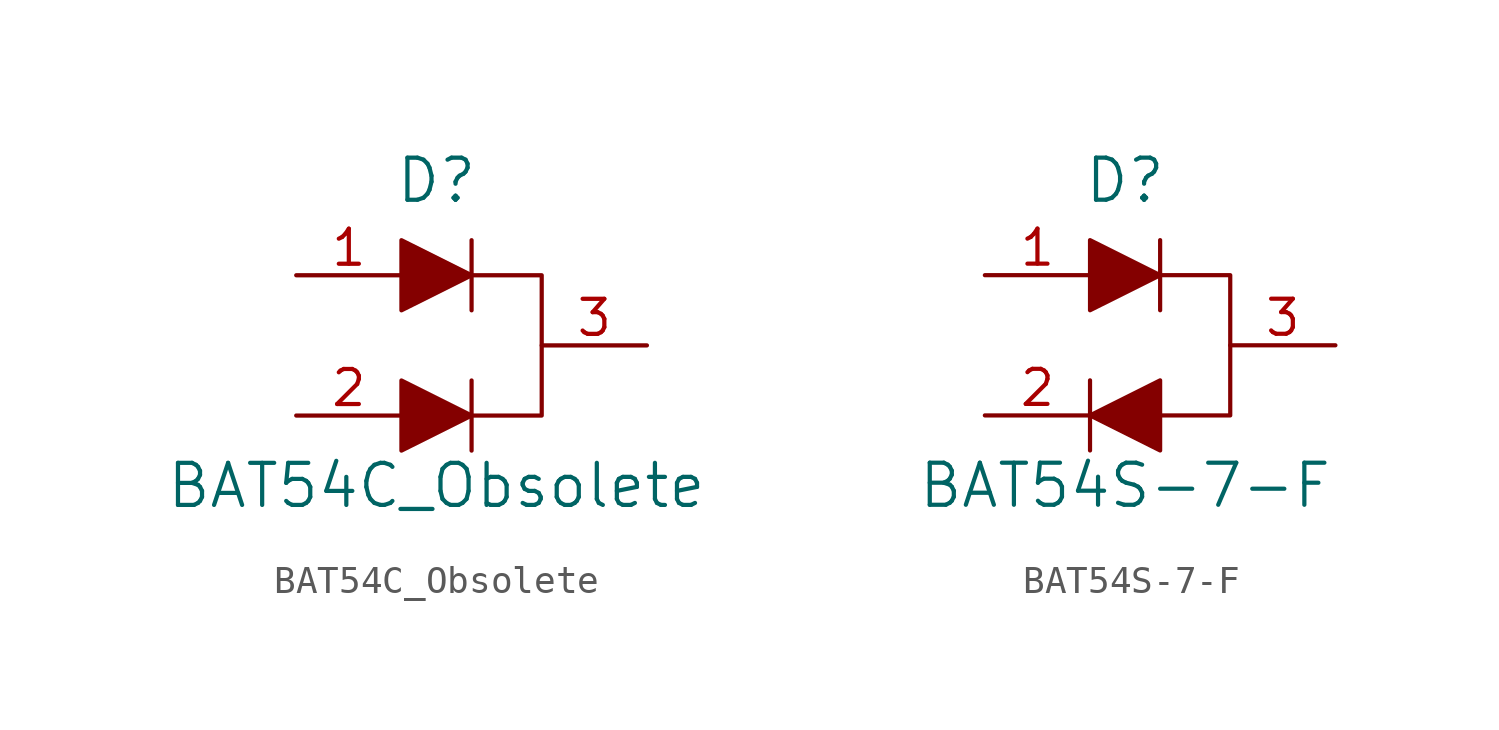
<source format=kicad_sym>
(kicad_symbol_lib
  (version 20231120)
  (generator "kicad_symbol_editor")
  (generator_version "8.0")
  (symbol "BAT54C_Obsolete"
    (pin_names
      (offset 0.025))
    (property "Reference" "D"
      (at 0 5.08 0)
      (effects (font (size 1.524 1.524)) (justify bottom)))
    (property "Value" "BAT54C_Obsolete"
      (at 0 -5.08 0)
      (effects (font (size 1.524 1.524))))
    (symbol "BAT54C_Obsolete_0_1"
      (polyline (pts (xy 1.27 -1.27) (xy 1.27 -3.81)) (stroke (width 0) (type solid)) (fill (type none)))
      (polyline (pts (xy 1.27 1.27) (xy 1.27 3.81)) (stroke (width 0) (type solid)) (fill (type none)))
      (polyline (pts (xy -1.27 -1.27) (xy -1.27 -3.81) (xy 1.27 -2.54) (xy -1.27 -1.27)) (stroke (width 0) (type solid)) (fill (type outline)))
      (polyline (pts (xy -1.27 3.81) (xy -1.27 1.27) (xy 1.27 2.54) (xy -1.27 3.81)) (stroke (width 0) (type solid)) (fill (type outline))))
    (symbol "BAT54C_Obsolete_1_1"
      (polyline (pts (xy 1.27 2.54) (xy 3.81 2.54) (xy 3.81 -2.54) (xy 1.27 -2.54)) (stroke (width 0) (type solid)) (fill (type none)))
      (pin passive line (at -5.08 2.54 0) (length 3.81) (name "~" (effects (font (size 1.27 1.27)))) (number "1" (effects (font (size 1.27 1.27)))))
      (pin passive line (at -5.08 -2.54 0) (length 3.81) (name "~" (effects (font (size 1.27 1.27)))) (number "2" (effects (font (size 1.27 1.27)))))
      (pin passive line (at 7.62 0 180) (length 3.81) (name "~" (effects (font (size 1.27 1.27)))) (number "3" (effects (font (size 1.27 1.27)))))))
  (symbol "BAT54S-7-F"
    (pin_names
      (offset 1.016))
    (property "Reference" "D"
      (at 0 5.08 0)
      (effects (font (size 1.524 1.524)) (justify bottom)))
    (property "Value" "BAT54S-7-F"
      (at 0 -5.08 0)
      (effects (font (size 1.524 1.524))))
    (symbol "BAT54S-7-F_0_1"
      (polyline (pts (xy -1.27 -1.27) (xy -1.27 -3.81)) (stroke (width 0) (type solid)) (fill (type none)))
      (polyline (pts (xy 1.27 3.81) (xy 1.27 1.27)) (stroke (width 0) (type solid)) (fill (type none)))
      (polyline (pts (xy -1.27 3.81) (xy -1.27 1.27) (xy 1.27 2.54) (xy -1.27 3.81)) (stroke (width 0) (type solid)) (fill (type outline)))
      (polyline (pts (xy 1.27 -1.27) (xy 1.27 -3.81) (xy -1.27 -2.54) (xy 1.27 -1.27)) (stroke (width 0) (type solid)) (fill (type outline))))
    (symbol "BAT54S-7-F_1_1"
      (polyline (pts (xy 1.27 2.54) (xy 3.81 2.54) (xy 3.81 -2.54) (xy 1.27 -2.54)) (stroke (width 0) (type solid)) (fill (type none)))
      (pin passive line (at -5.08 2.54 0) (length 3.81) (name "~" (effects (font (size 1.27 1.27)))) (number "1" (effects (font (size 1.27 1.27)))))
      (pin passive line (at -5.08 -2.54 0) (length 3.81) (name "~" (effects (font (size 1.27 1.27)))) (number "2" (effects (font (size 1.27 1.27)))))
      (pin passive line (at 7.62 0 180) (length 3.81) (name "~" (effects (font (size 1.27 1.27)))) (number "3" (effects (font (size 1.27 1.27))))))))
</source>
